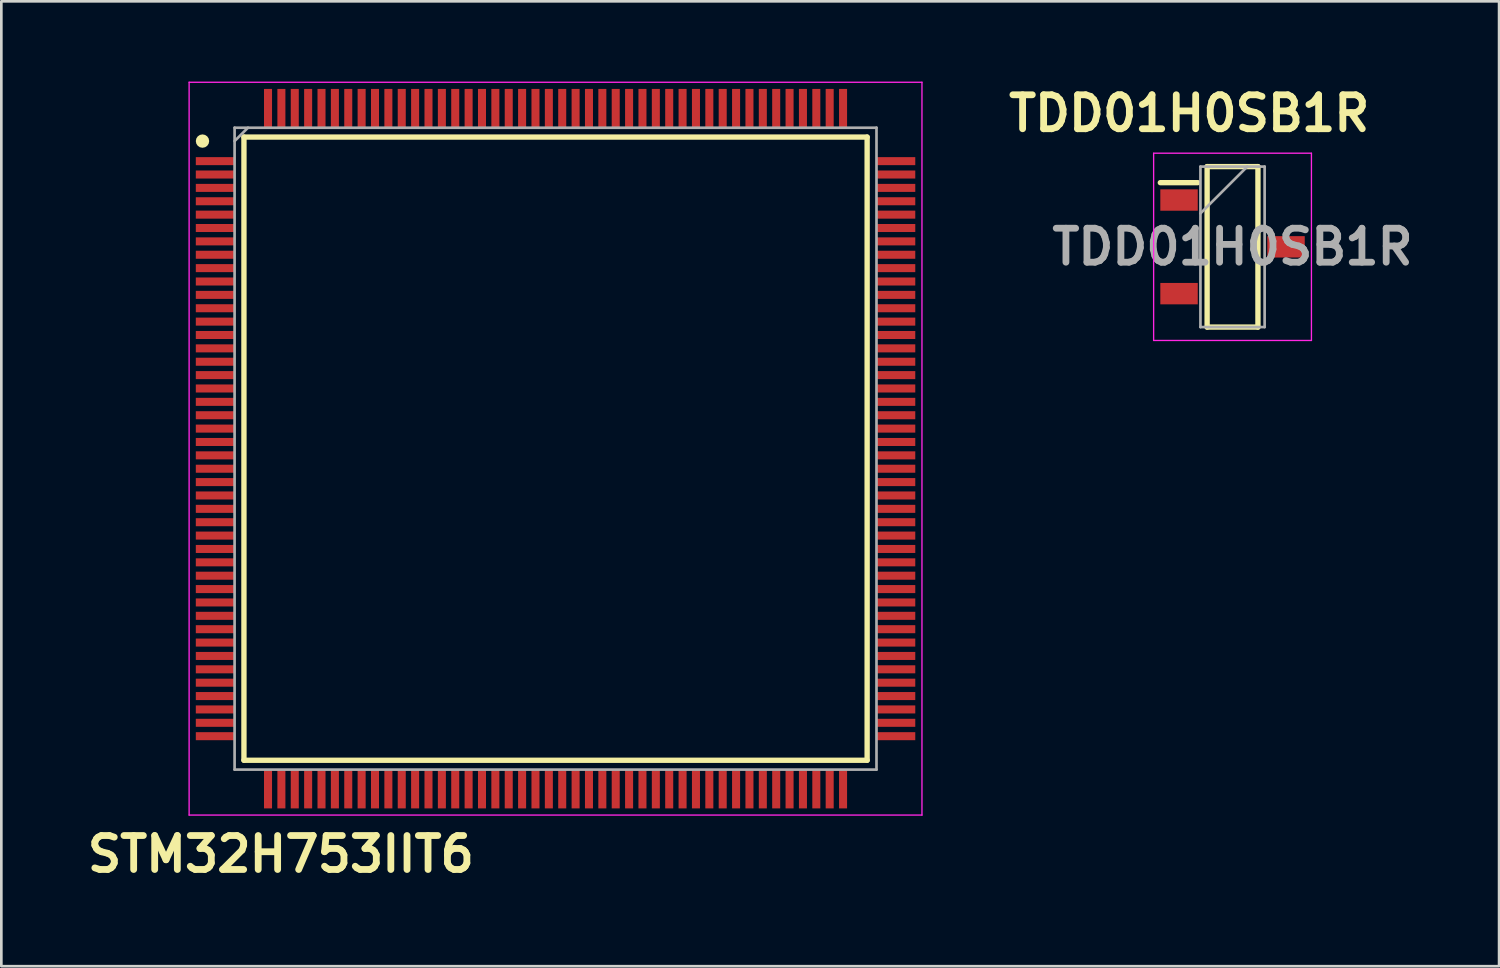
<source format=kicad_pcb>
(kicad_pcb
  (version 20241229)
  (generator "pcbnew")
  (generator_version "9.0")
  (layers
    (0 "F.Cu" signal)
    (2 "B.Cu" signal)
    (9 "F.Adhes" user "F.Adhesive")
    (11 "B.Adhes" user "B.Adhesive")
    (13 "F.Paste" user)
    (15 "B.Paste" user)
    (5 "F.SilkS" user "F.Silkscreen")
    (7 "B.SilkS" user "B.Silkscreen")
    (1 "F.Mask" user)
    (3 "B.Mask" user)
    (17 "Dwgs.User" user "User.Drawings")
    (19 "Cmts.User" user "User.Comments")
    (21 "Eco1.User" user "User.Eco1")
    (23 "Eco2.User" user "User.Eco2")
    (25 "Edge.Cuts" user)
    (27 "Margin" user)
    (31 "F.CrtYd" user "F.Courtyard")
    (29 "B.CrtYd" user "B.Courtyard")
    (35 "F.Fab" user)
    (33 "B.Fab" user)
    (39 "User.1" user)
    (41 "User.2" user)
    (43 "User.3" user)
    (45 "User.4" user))
  (footprint "TDD01H0SB1R"
    (layer "F.Cu")
    (at 43.033 6.179)
    (property "Reference" "TDD01H0SB1R" (at -1.62 -4.99 0) (layer "F.SilkS") (effects (font (size 1.27 1.27) (thickness 0.254))))
    (attr smd)
    (fp_line (start -2.7 -2.4) (end -1.3 -2.4) (stroke (width 0.2) (type solid)) (layer "F.SilkS"))
    (fp_line (start -0.95 -3) (end 0.95 -3) (stroke (width 0.2) (type solid)) (layer "F.SilkS"))
    (fp_line (start -0.95 3) (end -0.95 -3) (stroke (width 0.2) (type solid)) (layer "F.SilkS"))
    (fp_line (start 0.95 -3) (end 0.95 3) (stroke (width 0.2) (type solid)) (layer "F.SilkS"))
    (fp_line (start 0.95 3) (end -0.95 3) (stroke (width 0.2) (type solid)) (layer "F.SilkS"))
    (fp_line (start -2.95 -3.5) (end 2.95 -3.5) (stroke (width 0.05) (type solid)) (layer "F.CrtYd"))
    (fp_line (start -2.95 3.5) (end -2.95 -3.5) (stroke (width 0.05) (type solid)) (layer "F.CrtYd"))
    (fp_line (start 2.95 -3.5) (end 2.95 3.5) (stroke (width 0.05) (type solid)) (layer "F.CrtYd"))
    (fp_line (start 2.95 3.5) (end -2.95 3.5) (stroke (width 0.05) (type solid)) (layer "F.CrtYd"))
    (fp_line (start -1.2 -3) (end 1.2 -3) (stroke (width 0.1) (type solid)) (layer "F.Fab"))
    (fp_line (start -1.2 -1.25) (end 0.55 -3) (stroke (width 0.1) (type solid)) (layer "F.Fab"))
    (fp_line (start -1.2 3) (end -1.2 -3) (stroke (width 0.1) (type solid)) (layer "F.Fab"))
    (fp_line (start 1.2 -3) (end 1.2 3) (stroke (width 0.1) (type solid)) (layer "F.Fab"))
    (fp_line (start 1.2 3) (end -1.2 3) (stroke (width 0.1) (type solid)) (layer "F.Fab"))
    (fp_text user "${REFERENCE}" (at 0 0 0) (layer "F.Fab") (effects (font (size 1.27 1.27) (thickness 0.254))))
    (pad "1" smd rect (at -2 -1.75 90) (size 0.8 1.4) (layers "F.Cu" "F.Mask" "F.Paste"))
    (pad "2" smd rect (at -2 1.75 90) (size 0.8 1.4) (layers "F.Cu" "F.Mask" "F.Paste"))
    (pad "3" smd rect (at 2 0 90) (size 0.8 1.4) (layers "F.Cu" "F.Mask" "F.Paste")))
  (footprint "STM32H753IIT6"
    (layer "F.Cu")
    (at 17.721 13.725)
    (property "Reference" "STM32H753IIT6" (at -10.27 15.16 0) (layer "F.SilkS") (effects (font (size 1.27 1.27) (thickness 0.254))))
    (attr smd)
    (fp_line (start -11.65 -11.65) (end 11.65 -11.65) (stroke (width 0.2) (type solid)) (layer "F.SilkS"))
    (fp_line (start -11.65 11.65) (end -11.65 -11.65) (stroke (width 0.2) (type solid)) (layer "F.SilkS"))
    (fp_line (start 11.65 -11.65) (end 11.65 11.65) (stroke (width 0.2) (type solid)) (layer "F.SilkS"))
    (fp_line (start 11.65 11.65) (end -11.65 11.65) (stroke (width 0.2) (type solid)) (layer "F.SilkS"))
    (fp_circle (center -13.2 -11.5) (end -13.2 -11.375) (stroke (width 0.25) (type solid)) (fill no) (layer "F.SilkS"))
    (fp_line (start -13.7 -13.7) (end 13.7 -13.7) (stroke (width 0.05) (type solid)) (layer "F.CrtYd"))
    (fp_line (start -13.7 13.7) (end -13.7 -13.7) (stroke (width 0.05) (type solid)) (layer "F.CrtYd"))
    (fp_line (start 13.7 -13.7) (end 13.7 13.7) (stroke (width 0.05) (type solid)) (layer "F.CrtYd"))
    (fp_line (start 13.7 13.7) (end -13.7 13.7) (stroke (width 0.05) (type solid)) (layer "F.CrtYd"))
    (fp_line (start -12 -12) (end 12 -12) (stroke (width 0.1) (type solid)) (layer "F.Fab"))
    (fp_line (start -12 -11.5) (end -11.5 -12) (stroke (width 0.1) (type solid)) (layer "F.Fab"))
    (fp_line (start -12 12) (end -12 -12) (stroke (width 0.1) (type solid)) (layer "F.Fab"))
    (fp_line (start 12 -12) (end 12 12) (stroke (width 0.1) (type solid)) (layer "F.Fab"))
    (fp_line (start 12 12) (end -12 12) (stroke (width 0.1) (type solid)) (layer "F.Fab"))
    (pad "1" smd rect (at -12.725 -10.75 90) (size 0.3 1.45) (layers "F.Cu" "F.Mask" "F.Paste"))
    (pad "2" smd rect (at -12.725 -10.25 90) (size 0.3 1.45) (layers "F.Cu" "F.Mask" "F.Paste"))
    (pad "3" smd rect (at -12.725 -9.75 90) (size 0.3 1.45) (layers "F.Cu" "F.Mask" "F.Paste"))
    (pad "4" smd rect (at -12.725 -9.25 90) (size 0.3 1.45) (layers "F.Cu" "F.Mask" "F.Paste"))
    (pad "5" smd rect (at -12.725 -8.75 90) (size 0.3 1.45) (layers "F.Cu" "F.Mask" "F.Paste"))
    (pad "6" smd rect (at -12.725 -8.25 90) (size 0.3 1.45) (layers "F.Cu" "F.Mask" "F.Paste"))
    (pad "7" smd rect (at -12.725 -7.75 90) (size 0.3 1.45) (layers "F.Cu" "F.Mask" "F.Paste"))
    (pad "8" smd rect (at -12.725 -7.25 90) (size 0.3 1.45) (layers "F.Cu" "F.Mask" "F.Paste"))
    (pad "9" smd rect (at -12.725 -6.75 90) (size 0.3 1.45) (layers "F.Cu" "F.Mask" "F.Paste"))
    (pad "10" smd rect (at -12.725 -6.25 90) (size 0.3 1.45) (layers "F.Cu" "F.Mask" "F.Paste"))
    (pad "11" smd rect (at -12.725 -5.75 90) (size 0.3 1.45) (layers "F.Cu" "F.Mask" "F.Paste"))
    (pad "12" smd rect (at -12.725 -5.25 90) (size 0.3 1.45) (layers "F.Cu" "F.Mask" "F.Paste"))
    (pad "13" smd rect (at -12.725 -4.75 90) (size 0.3 1.45) (layers "F.Cu" "F.Mask" "F.Paste"))
    (pad "14" smd rect (at -12.725 -4.25 90) (size 0.3 1.45) (layers "F.Cu" "F.Mask" "F.Paste"))
    (pad "15" smd rect (at -12.725 -3.75 90) (size 0.3 1.45) (layers "F.Cu" "F.Mask" "F.Paste"))
    (pad "16" smd rect (at -12.725 -3.25 90) (size 0.3 1.45) (layers "F.Cu" "F.Mask" "F.Paste"))
    (pad "17" smd rect (at -12.725 -2.75 90) (size 0.3 1.45) (layers "F.Cu" "F.Mask" "F.Paste"))
    (pad "18" smd rect (at -12.725 -2.25 90) (size 0.3 1.45) (layers "F.Cu" "F.Mask" "F.Paste"))
    (pad "19" smd rect (at -12.725 -1.75 90) (size 0.3 1.45) (layers "F.Cu" "F.Mask" "F.Paste"))
    (pad "20" smd rect (at -12.725 -1.25 90) (size 0.3 1.45) (layers "F.Cu" "F.Mask" "F.Paste"))
    (pad "21" smd rect (at -12.725 -0.75 90) (size 0.3 1.45) (layers "F.Cu" "F.Mask" "F.Paste"))
    (pad "22" smd rect (at -12.725 -0.25 90) (size 0.3 1.45) (layers "F.Cu" "F.Mask" "F.Paste"))
    (pad "23" smd rect (at -12.725 0.25 90) (size 0.3 1.45) (layers "F.Cu" "F.Mask" "F.Paste"))
    (pad "24" smd rect (at -12.725 0.75 90) (size 0.3 1.45) (layers "F.Cu" "F.Mask" "F.Paste"))
    (pad "25" smd rect (at -12.725 1.25 90) (size 0.3 1.45) (layers "F.Cu" "F.Mask" "F.Paste"))
    (pad "26" smd rect (at -12.725 1.75 90) (size 0.3 1.45) (layers "F.Cu" "F.Mask" "F.Paste"))
    (pad "27" smd rect (at -12.725 2.25 90) (size 0.3 1.45) (layers "F.Cu" "F.Mask" "F.Paste"))
    (pad "28" smd rect (at -12.725 2.75 90) (size 0.3 1.45) (layers "F.Cu" "F.Mask" "F.Paste"))
    (pad "29" smd rect (at -12.725 3.25 90) (size 0.3 1.45) (layers "F.Cu" "F.Mask" "F.Paste"))
    (pad "30" smd rect (at -12.725 3.75 90) (size 0.3 1.45) (layers "F.Cu" "F.Mask" "F.Paste"))
    (pad "31" smd rect (at -12.725 4.25 90) (size 0.3 1.45) (layers "F.Cu" "F.Mask" "F.Paste"))
    (pad "32" smd rect (at -12.725 4.75 90) (size 0.3 1.45) (layers "F.Cu" "F.Mask" "F.Paste"))
    (pad "33" smd rect (at -12.725 5.25 90) (size 0.3 1.45) (layers "F.Cu" "F.Mask" "F.Paste"))
    (pad "34" smd rect (at -12.725 5.75 90) (size 0.3 1.45) (layers "F.Cu" "F.Mask" "F.Paste"))
    (pad "35" smd rect (at -12.725 6.25 90) (size 0.3 1.45) (layers "F.Cu" "F.Mask" "F.Paste"))
    (pad "36" smd rect (at -12.725 6.75 90) (size 0.3 1.45) (layers "F.Cu" "F.Mask" "F.Paste"))
    (pad "37" smd rect (at -12.725 7.25 90) (size 0.3 1.45) (layers "F.Cu" "F.Mask" "F.Paste"))
    (pad "38" smd rect (at -12.725 7.75 90) (size 0.3 1.45) (layers "F.Cu" "F.Mask" "F.Paste"))
    (pad "39" smd rect (at -12.725 8.25 90) (size 0.3 1.45) (layers "F.Cu" "F.Mask" "F.Paste"))
    (pad "40" smd rect (at -12.725 8.75 90) (size 0.3 1.45) (layers "F.Cu" "F.Mask" "F.Paste"))
    (pad "41" smd rect (at -12.725 9.25 90) (size 0.3 1.45) (layers "F.Cu" "F.Mask" "F.Paste"))
    (pad "42" smd rect (at -12.725 9.75 90) (size 0.3 1.45) (layers "F.Cu" "F.Mask" "F.Paste"))
    (pad "43" smd rect (at -12.725 10.25 90) (size 0.3 1.45) (layers "F.Cu" "F.Mask" "F.Paste"))
    (pad "44" smd rect (at -12.725 10.75 90) (size 0.3 1.45) (layers "F.Cu" "F.Mask" "F.Paste"))
    (pad "45" smd rect (at -10.75 12.725) (size 0.3 1.45) (layers "F.Cu" "F.Mask" "F.Paste"))
    (pad "46" smd rect (at -10.25 12.725) (size 0.3 1.45) (layers "F.Cu" "F.Mask" "F.Paste"))
    (pad "47" smd rect (at -9.75 12.725) (size 0.3 1.45) (layers "F.Cu" "F.Mask" "F.Paste"))
    (pad "48" smd rect (at -9.25 12.725) (size 0.3 1.45) (layers "F.Cu" "F.Mask" "F.Paste"))
    (pad "49" smd rect (at -8.75 12.725) (size 0.3 1.45) (layers "F.Cu" "F.Mask" "F.Paste"))
    (pad "50" smd rect (at -8.25 12.725) (size 0.3 1.45) (layers "F.Cu" "F.Mask" "F.Paste"))
    (pad "51" smd rect (at -7.75 12.725) (size 0.3 1.45) (layers "F.Cu" "F.Mask" "F.Paste"))
    (pad "52" smd rect (at -7.25 12.725) (size 0.3 1.45) (layers "F.Cu" "F.Mask" "F.Paste"))
    (pad "53" smd rect (at -6.75 12.725) (size 0.3 1.45) (layers "F.Cu" "F.Mask" "F.Paste"))
    (pad "54" smd rect (at -6.25 12.725) (size 0.3 1.45) (layers "F.Cu" "F.Mask" "F.Paste"))
    (pad "55" smd rect (at -5.75 12.725) (size 0.3 1.45) (layers "F.Cu" "F.Mask" "F.Paste"))
    (pad "56" smd rect (at -5.25 12.725) (size 0.3 1.45) (layers "F.Cu" "F.Mask" "F.Paste"))
    (pad "57" smd rect (at -4.75 12.725) (size 0.3 1.45) (layers "F.Cu" "F.Mask" "F.Paste"))
    (pad "58" smd rect (at -4.25 12.725) (size 0.3 1.45) (layers "F.Cu" "F.Mask" "F.Paste"))
    (pad "59" smd rect (at -3.75 12.725) (size 0.3 1.45) (layers "F.Cu" "F.Mask" "F.Paste"))
    (pad "60" smd rect (at -3.25 12.725) (size 0.3 1.45) (layers "F.Cu" "F.Mask" "F.Paste"))
    (pad "61" smd rect (at -2.75 12.725) (size 0.3 1.45) (layers "F.Cu" "F.Mask" "F.Paste"))
    (pad "62" smd rect (at -2.25 12.725) (size 0.3 1.45) (layers "F.Cu" "F.Mask" "F.Paste"))
    (pad "63" smd rect (at -1.75 12.725) (size 0.3 1.45) (layers "F.Cu" "F.Mask" "F.Paste"))
    (pad "64" smd rect (at -1.25 12.725) (size 0.3 1.45) (layers "F.Cu" "F.Mask" "F.Paste"))
    (pad "65" smd rect (at -0.75 12.725) (size 0.3 1.45) (layers "F.Cu" "F.Mask" "F.Paste"))
    (pad "66" smd rect (at -0.25 12.725) (size 0.3 1.45) (layers "F.Cu" "F.Mask" "F.Paste"))
    (pad "67" smd rect (at 0.25 12.725) (size 0.3 1.45) (layers "F.Cu" "F.Mask" "F.Paste"))
    (pad "68" smd rect (at 0.75 12.725) (size 0.3 1.45) (layers "F.Cu" "F.Mask" "F.Paste"))
    (pad "69" smd rect (at 1.25 12.725) (size 0.3 1.45) (layers "F.Cu" "F.Mask" "F.Paste"))
    (pad "70" smd rect (at 1.75 12.725) (size 0.3 1.45) (layers "F.Cu" "F.Mask" "F.Paste"))
    (pad "71" smd rect (at 2.25 12.725) (size 0.3 1.45) (layers "F.Cu" "F.Mask" "F.Paste"))
    (pad "72" smd rect (at 2.75 12.725) (size 0.3 1.45) (layers "F.Cu" "F.Mask" "F.Paste"))
    (pad "73" smd rect (at 3.25 12.725) (size 0.3 1.45) (layers "F.Cu" "F.Mask" "F.Paste"))
    (pad "74" smd rect (at 3.75 12.725) (size 0.3 1.45) (layers "F.Cu" "F.Mask" "F.Paste"))
    (pad "75" smd rect (at 4.25 12.725) (size 0.3 1.45) (layers "F.Cu" "F.Mask" "F.Paste"))
    (pad "76" smd rect (at 4.75 12.725) (size 0.3 1.45) (layers "F.Cu" "F.Mask" "F.Paste"))
    (pad "77" smd rect (at 5.25 12.725) (size 0.3 1.45) (layers "F.Cu" "F.Mask" "F.Paste"))
    (pad "78" smd rect (at 5.75 12.725) (size 0.3 1.45) (layers "F.Cu" "F.Mask" "F.Paste"))
    (pad "79" smd rect (at 6.25 12.725) (size 0.3 1.45) (layers "F.Cu" "F.Mask" "F.Paste"))
    (pad "80" smd rect (at 6.75 12.725) (size 0.3 1.45) (layers "F.Cu" "F.Mask" "F.Paste"))
    (pad "81" smd rect (at 7.25 12.725) (size 0.3 1.45) (layers "F.Cu" "F.Mask" "F.Paste"))
    (pad "82" smd rect (at 7.75 12.725) (size 0.3 1.45) (layers "F.Cu" "F.Mask" "F.Paste"))
    (pad "83" smd rect (at 8.25 12.725) (size 0.3 1.45) (layers "F.Cu" "F.Mask" "F.Paste"))
    (pad "84" smd rect (at 8.75 12.725) (size 0.3 1.45) (layers "F.Cu" "F.Mask" "F.Paste"))
    (pad "85" smd rect (at 9.25 12.725) (size 0.3 1.45) (layers "F.Cu" "F.Mask" "F.Paste"))
    (pad "86" smd rect (at 9.75 12.725) (size 0.3 1.45) (layers "F.Cu" "F.Mask" "F.Paste"))
    (pad "87" smd rect (at 10.25 12.725) (size 0.3 1.45) (layers "F.Cu" "F.Mask" "F.Paste"))
    (pad "88" smd rect (at 10.75 12.725) (size 0.3 1.45) (layers "F.Cu" "F.Mask" "F.Paste"))
    (pad "89" smd rect (at 12.725 10.75 90) (size 0.3 1.45) (layers "F.Cu" "F.Mask" "F.Paste"))
    (pad "90" smd rect (at 12.725 10.25 90) (size 0.3 1.45) (layers "F.Cu" "F.Mask" "F.Paste"))
    (pad "91" smd rect (at 12.725 9.75 90) (size 0.3 1.45) (layers "F.Cu" "F.Mask" "F.Paste"))
    (pad "92" smd rect (at 12.725 9.25 90) (size 0.3 1.45) (layers "F.Cu" "F.Mask" "F.Paste"))
    (pad "93" smd rect (at 12.725 8.75 90) (size 0.3 1.45) (layers "F.Cu" "F.Mask" "F.Paste"))
    (pad "94" smd rect (at 12.725 8.25 90) (size 0.3 1.45) (layers "F.Cu" "F.Mask" "F.Paste"))
    (pad "95" smd rect (at 12.725 7.75 90) (size 0.3 1.45) (layers "F.Cu" "F.Mask" "F.Paste"))
    (pad "96" smd rect (at 12.725 7.25 90) (size 0.3 1.45) (layers "F.Cu" "F.Mask" "F.Paste"))
    (pad "97" smd rect (at 12.725 6.75 90) (size 0.3 1.45) (layers "F.Cu" "F.Mask" "F.Paste"))
    (pad "98" smd rect (at 12.725 6.25 90) (size 0.3 1.45) (layers "F.Cu" "F.Mask" "F.Paste"))
    (pad "99" smd rect (at 12.725 5.75 90) (size 0.3 1.45) (layers "F.Cu" "F.Mask" "F.Paste"))
    (pad "100" smd rect (at 12.725 5.25 90) (size 0.3 1.45) (layers "F.Cu" "F.Mask" "F.Paste"))
    (pad "101" smd rect (at 12.725 4.75 90) (size 0.3 1.45) (layers "F.Cu" "F.Mask" "F.Paste"))
    (pad "102" smd rect (at 12.725 4.25 90) (size 0.3 1.45) (layers "F.Cu" "F.Mask" "F.Paste"))
    (pad "103" smd rect (at 12.725 3.75 90) (size 0.3 1.45) (layers "F.Cu" "F.Mask" "F.Paste"))
    (pad "104" smd rect (at 12.725 3.25 90) (size 0.3 1.45) (layers "F.Cu" "F.Mask" "F.Paste"))
    (pad "105" smd rect (at 12.725 2.75 90) (size 0.3 1.45) (layers "F.Cu" "F.Mask" "F.Paste"))
    (pad "106" smd rect (at 12.725 2.25 90) (size 0.3 1.45) (layers "F.Cu" "F.Mask" "F.Paste"))
    (pad "107" smd rect (at 12.725 1.75 90) (size 0.3 1.45) (layers "F.Cu" "F.Mask" "F.Paste"))
    (pad "108" smd rect (at 12.725 1.25 90) (size 0.3 1.45) (layers "F.Cu" "F.Mask" "F.Paste"))
    (pad "109" smd rect (at 12.725 0.75 90) (size 0.3 1.45) (layers "F.Cu" "F.Mask" "F.Paste"))
    (pad "110" smd rect (at 12.725 0.25 90) (size 0.3 1.45) (layers "F.Cu" "F.Mask" "F.Paste"))
    (pad "111" smd rect (at 12.725 -0.25 90) (size 0.3 1.45) (layers "F.Cu" "F.Mask" "F.Paste"))
    (pad "112" smd rect (at 12.725 -0.75 90) (size 0.3 1.45) (layers "F.Cu" "F.Mask" "F.Paste"))
    (pad "113" smd rect (at 12.725 -1.25 90) (size 0.3 1.45) (layers "F.Cu" "F.Mask" "F.Paste"))
    (pad "114" smd rect (at 12.725 -1.75 90) (size 0.3 1.45) (layers "F.Cu" "F.Mask" "F.Paste"))
    (pad "115" smd rect (at 12.725 -2.25 90) (size 0.3 1.45) (layers "F.Cu" "F.Mask" "F.Paste"))
    (pad "116" smd rect (at 12.725 -2.75 90) (size 0.3 1.45) (layers "F.Cu" "F.Mask" "F.Paste"))
    (pad "117" smd rect (at 12.725 -3.25 90) (size 0.3 1.45) (layers "F.Cu" "F.Mask" "F.Paste"))
    (pad "118" smd rect (at 12.725 -3.75 90) (size 0.3 1.45) (layers "F.Cu" "F.Mask" "F.Paste"))
    (pad "119" smd rect (at 12.725 -4.25 90) (size 0.3 1.45) (layers "F.Cu" "F.Mask" "F.Paste"))
    (pad "120" smd rect (at 12.725 -4.75 90) (size 0.3 1.45) (layers "F.Cu" "F.Mask" "F.Paste"))
    (pad "121" smd rect (at 12.725 -5.25 90) (size 0.3 1.45) (layers "F.Cu" "F.Mask" "F.Paste"))
    (pad "122" smd rect (at 12.725 -5.75 90) (size 0.3 1.45) (layers "F.Cu" "F.Mask" "F.Paste"))
    (pad "123" smd rect (at 12.725 -6.25 90) (size 0.3 1.45) (layers "F.Cu" "F.Mask" "F.Paste"))
    (pad "124" smd rect (at 12.725 -6.75 90) (size 0.3 1.45) (layers "F.Cu" "F.Mask" "F.Paste"))
    (pad "125" smd rect (at 12.725 -7.25 90) (size 0.3 1.45) (layers "F.Cu" "F.Mask" "F.Paste"))
    (pad "126" smd rect (at 12.725 -7.75 90) (size 0.3 1.45) (layers "F.Cu" "F.Mask" "F.Paste"))
    (pad "127" smd rect (at 12.725 -8.25 90) (size 0.3 1.45) (layers "F.Cu" "F.Mask" "F.Paste"))
    (pad "128" smd rect (at 12.725 -8.75 90) (size 0.3 1.45) (layers "F.Cu" "F.Mask" "F.Paste"))
    (pad "129" smd rect (at 12.725 -9.25 90) (size 0.3 1.45) (layers "F.Cu" "F.Mask" "F.Paste"))
    (pad "130" smd rect (at 12.725 -9.75 90) (size 0.3 1.45) (layers "F.Cu" "F.Mask" "F.Paste"))
    (pad "131" smd rect (at 12.725 -10.25 90) (size 0.3 1.45) (layers "F.Cu" "F.Mask" "F.Paste"))
    (pad "132" smd rect (at 12.725 -10.75 90) (size 0.3 1.45) (layers "F.Cu" "F.Mask" "F.Paste"))
    (pad "133" smd rect (at 10.75 -12.725) (size 0.3 1.45) (layers "F.Cu" "F.Mask" "F.Paste"))
    (pad "134" smd rect (at 10.25 -12.725) (size 0.3 1.45) (layers "F.Cu" "F.Mask" "F.Paste"))
    (pad "135" smd rect (at 9.75 -12.725) (size 0.3 1.45) (layers "F.Cu" "F.Mask" "F.Paste"))
    (pad "136" smd rect (at 9.25 -12.725) (size 0.3 1.45) (layers "F.Cu" "F.Mask" "F.Paste"))
    (pad "137" smd rect (at 8.75 -12.725) (size 0.3 1.45) (layers "F.Cu" "F.Mask" "F.Paste"))
    (pad "138" smd rect (at 8.25 -12.725) (size 0.3 1.45) (layers "F.Cu" "F.Mask" "F.Paste"))
    (pad "139" smd rect (at 7.75 -12.725) (size 0.3 1.45) (layers "F.Cu" "F.Mask" "F.Paste"))
    (pad "140" smd rect (at 7.25 -12.725) (size 0.3 1.45) (layers "F.Cu" "F.Mask" "F.Paste"))
    (pad "141" smd rect (at 6.75 -12.725) (size 0.3 1.45) (layers "F.Cu" "F.Mask" "F.Paste"))
    (pad "142" smd rect (at 6.25 -12.725) (size 0.3 1.45) (layers "F.Cu" "F.Mask" "F.Paste"))
    (pad "143" smd rect (at 5.75 -12.725) (size 0.3 1.45) (layers "F.Cu" "F.Mask" "F.Paste"))
    (pad "144" smd rect (at 5.25 -12.725) (size 0.3 1.45) (layers "F.Cu" "F.Mask" "F.Paste"))
    (pad "145" smd rect (at 4.75 -12.725) (size 0.3 1.45) (layers "F.Cu" "F.Mask" "F.Paste"))
    (pad "146" smd rect (at 4.25 -12.725) (size 0.3 1.45) (layers "F.Cu" "F.Mask" "F.Paste"))
    (pad "147" smd rect (at 3.75 -12.725) (size 0.3 1.45) (layers "F.Cu" "F.Mask" "F.Paste"))
    (pad "148" smd rect (at 3.25 -12.725) (size 0.3 1.45) (layers "F.Cu" "F.Mask" "F.Paste"))
    (pad "149" smd rect (at 2.75 -12.725) (size 0.3 1.45) (layers "F.Cu" "F.Mask" "F.Paste"))
    (pad "150" smd rect (at 2.25 -12.725) (size 0.3 1.45) (layers "F.Cu" "F.Mask" "F.Paste"))
    (pad "151" smd rect (at 1.75 -12.725) (size 0.3 1.45) (layers "F.Cu" "F.Mask" "F.Paste"))
    (pad "152" smd rect (at 1.25 -12.725) (size 0.3 1.45) (layers "F.Cu" "F.Mask" "F.Paste"))
    (pad "153" smd rect (at 0.75 -12.725) (size 0.3 1.45) (layers "F.Cu" "F.Mask" "F.Paste"))
    (pad "154" smd rect (at 0.25 -12.725) (size 0.3 1.45) (layers "F.Cu" "F.Mask" "F.Paste"))
    (pad "155" smd rect (at -0.25 -12.725) (size 0.3 1.45) (layers "F.Cu" "F.Mask" "F.Paste"))
    (pad "156" smd rect (at -0.75 -12.725) (size 0.3 1.45) (layers "F.Cu" "F.Mask" "F.Paste"))
    (pad "157" smd rect (at -1.25 -12.725) (size 0.3 1.45) (layers "F.Cu" "F.Mask" "F.Paste"))
    (pad "158" smd rect (at -1.75 -12.725) (size 0.3 1.45) (layers "F.Cu" "F.Mask" "F.Paste"))
    (pad "159" smd rect (at -2.25 -12.725) (size 0.3 1.45) (layers "F.Cu" "F.Mask" "F.Paste"))
    (pad "160" smd rect (at -2.75 -12.725) (size 0.3 1.45) (layers "F.Cu" "F.Mask" "F.Paste"))
    (pad "161" smd rect (at -3.25 -12.725) (size 0.3 1.45) (layers "F.Cu" "F.Mask" "F.Paste"))
    (pad "162" smd rect (at -3.75 -12.725) (size 0.3 1.45) (layers "F.Cu" "F.Mask" "F.Paste"))
    (pad "163" smd rect (at -4.25 -12.725) (size 0.3 1.45) (layers "F.Cu" "F.Mask" "F.Paste"))
    (pad "164" smd rect (at -4.75 -12.725) (size 0.3 1.45) (layers "F.Cu" "F.Mask" "F.Paste"))
    (pad "165" smd rect (at -5.25 -12.725) (size 0.3 1.45) (layers "F.Cu" "F.Mask" "F.Paste"))
    (pad "166" smd rect (at -5.75 -12.725) (size 0.3 1.45) (layers "F.Cu" "F.Mask" "F.Paste"))
    (pad "167" smd rect (at -6.25 -12.725) (size 0.3 1.45) (layers "F.Cu" "F.Mask" "F.Paste"))
    (pad "168" smd rect (at -6.75 -12.725) (size 0.3 1.45) (layers "F.Cu" "F.Mask" "F.Paste"))
    (pad "169" smd rect (at -7.25 -12.725) (size 0.3 1.45) (layers "F.Cu" "F.Mask" "F.Paste"))
    (pad "170" smd rect (at -7.75 -12.725) (size 0.3 1.45) (layers "F.Cu" "F.Mask" "F.Paste"))
    (pad "171" smd rect (at -8.25 -12.725) (size 0.3 1.45) (layers "F.Cu" "F.Mask" "F.Paste"))
    (pad "172" smd rect (at -8.75 -12.725) (size 0.3 1.45) (layers "F.Cu" "F.Mask" "F.Paste"))
    (pad "173" smd rect (at -9.25 -12.725) (size 0.3 1.45) (layers "F.Cu" "F.Mask" "F.Paste"))
    (pad "174" smd rect (at -9.75 -12.725) (size 0.3 1.45) (layers "F.Cu" "F.Mask" "F.Paste"))
    (pad "175" smd rect (at -10.25 -12.725) (size 0.3 1.45) (layers "F.Cu" "F.Mask" "F.Paste"))
    (pad "176" smd rect (at -10.75 -12.725) (size 0.3 1.45) (layers "F.Cu" "F.Mask" "F.Paste")))
  (gr_rect
    (start -3 -3)
    (end 52.999 33.074)
    (stroke (width 0.1) (type default))
    (fill no)
    (layer "Edge.Cuts")))
</source>
